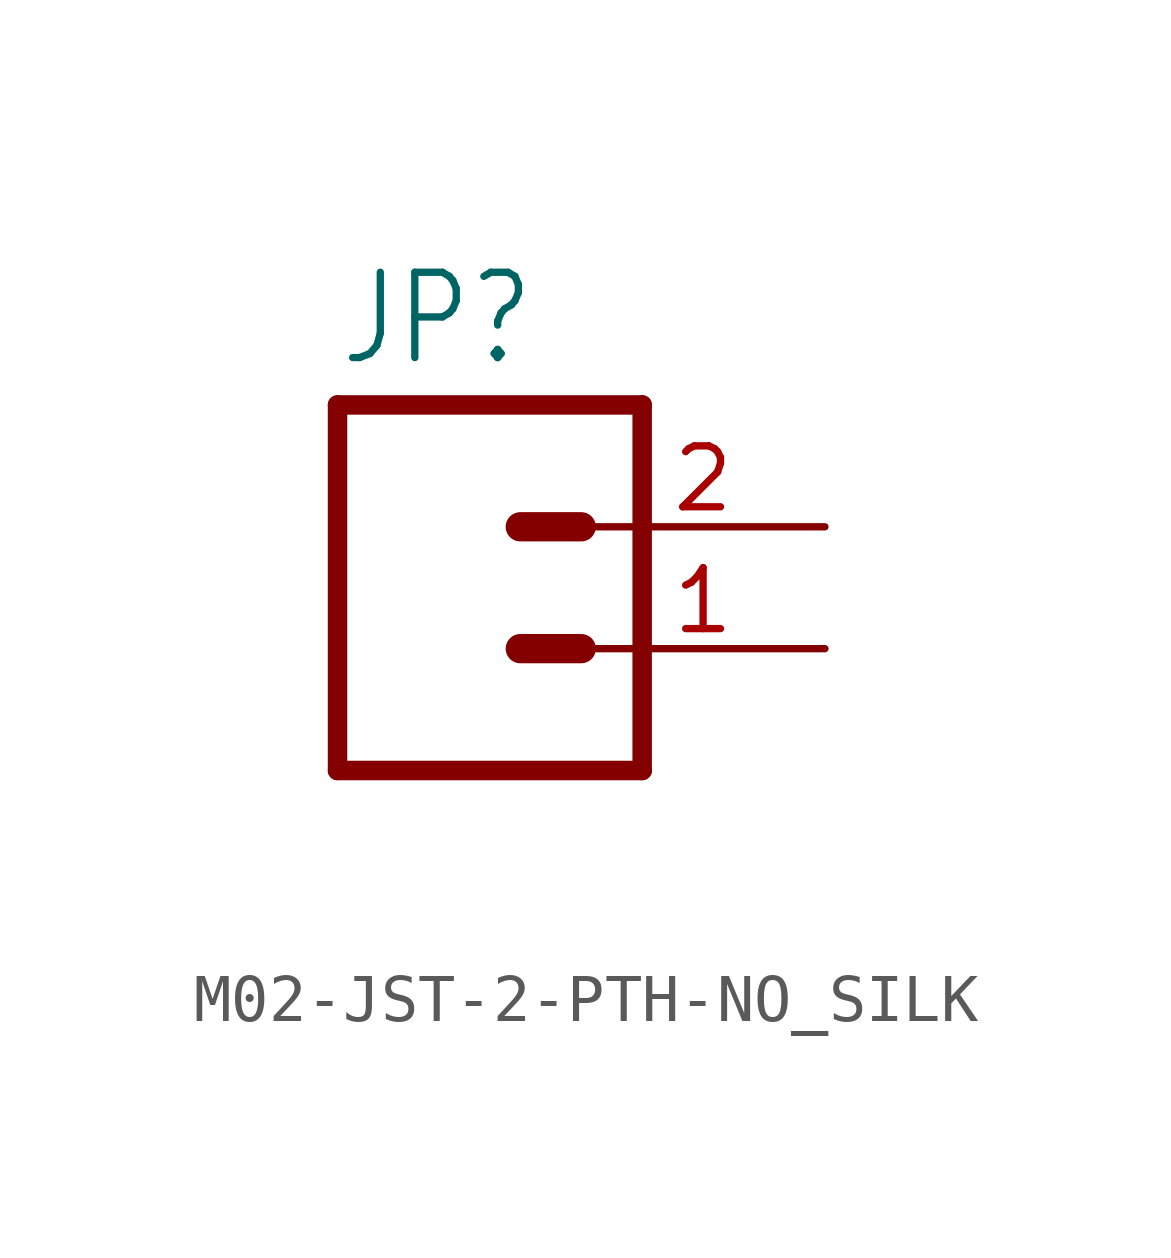
<source format=kicad_sym>
(kicad_symbol_lib
  (version 20220914)
  (generator kicad_symbol_editor)
  (symbol "M02-JST-2-PTH-NO_SILK"
    (property "Reference" "JP"
      (at -2.54 5.842 0)
      (effects (font (size 1.778 1.511)) (justify left bottom)))
    (property "Value" ""
      (at -2.54 -5.08 0)
      (effects (font (size 1.778 1.511)) (justify left bottom)))
    (property "ki_locked" ""
      (at 0 0 0)
      (effects (font (size 1.27 1.27))))
    (symbol "M02-JST-2-PTH-NO_SILK_1_0"
      (polyline (pts (xy -2.54 5.08) (xy -2.54 -2.54)) (stroke (width 0.406) (type solid)) (fill (type none)))
      (polyline (pts (xy -2.54 5.08) (xy 3.81 5.08)) (stroke (width 0.406) (type solid)) (fill (type none)))
      (polyline (pts (xy 1.27 0) (xy 2.54 0)) (stroke (width 0.61) (type solid)) (fill (type none)))
      (polyline (pts (xy 1.27 2.54) (xy 2.54 2.54)) (stroke (width 0.61) (type solid)) (fill (type none)))
      (polyline (pts (xy 3.81 -2.54) (xy -2.54 -2.54)) (stroke (width 0.406) (type solid)) (fill (type none)))
      (polyline (pts (xy 3.81 -2.54) (xy 3.81 5.08)) (stroke (width 0.406) (type solid)) (fill (type none)))
      (pin passive line (at 7.62 0 180) (length 5.08) (name "1" (effects (font (size 0 0)))) (number "1" (effects (font (size 1.27 1.27)))))
      (pin passive line (at 7.62 2.54 180) (length 5.08) (name "2" (effects (font (size 0 0)))) (number "2" (effects (font (size 1.27 1.27))))))))
</source>
